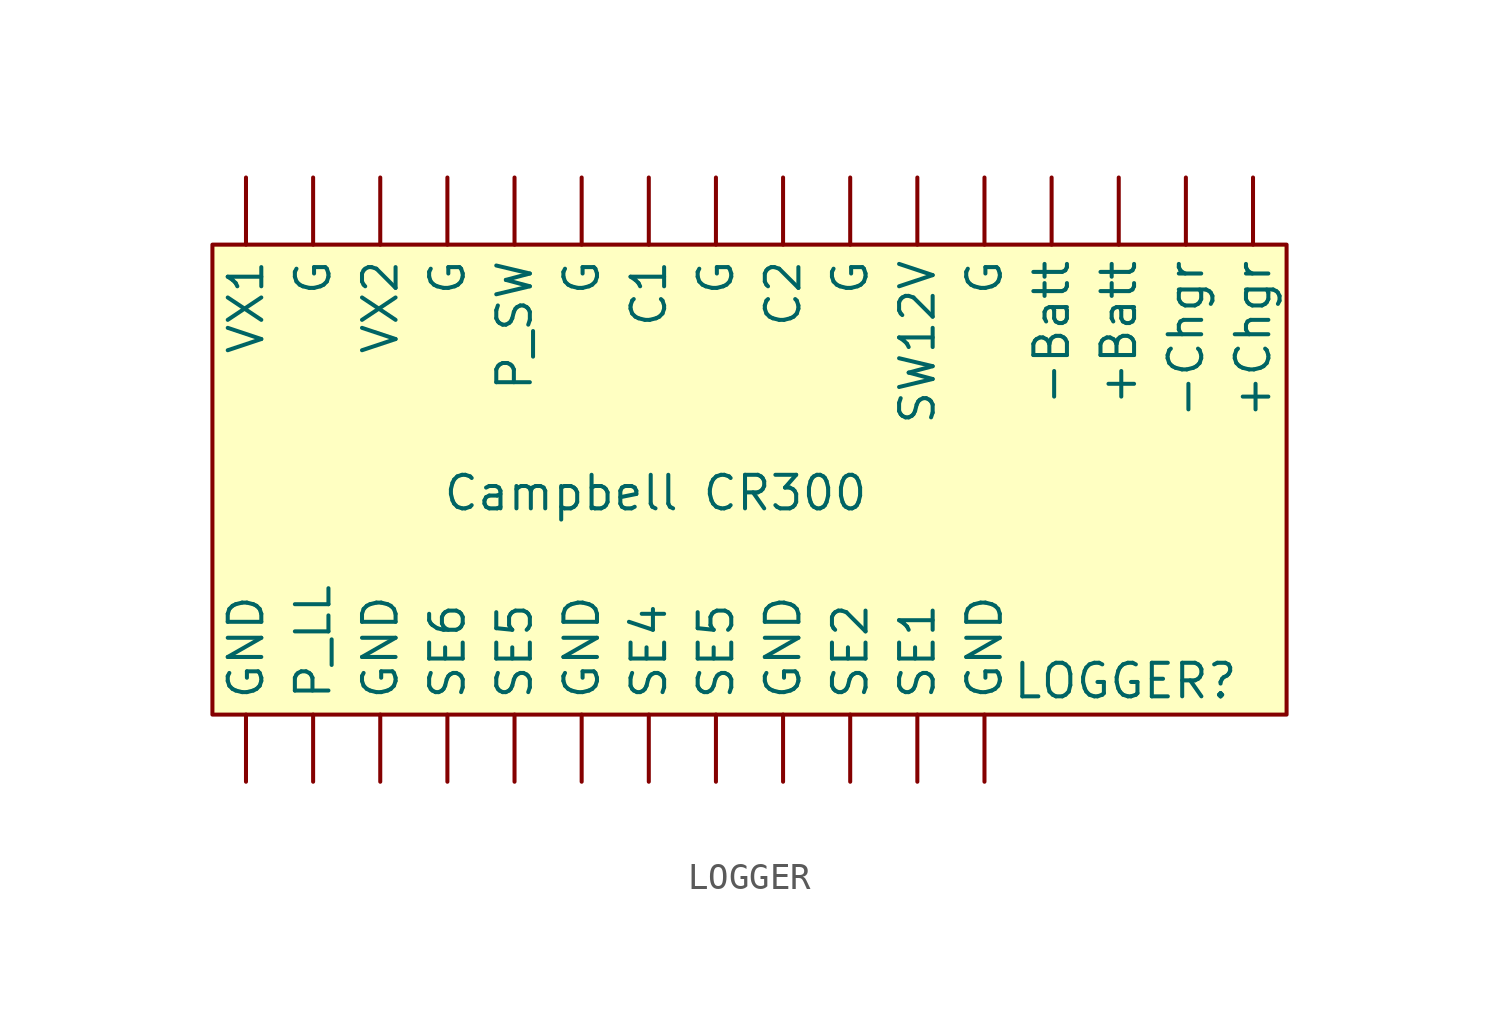
<source format=kicad_sym>
(kicad_symbol_lib
  (version 20231120)
  (generator "kicad_symbol_editor")
  (generator_version "8.0")
  (symbol "LOGGER"
    (property "Reference" "LOGGER"
      (at 34.544 -7.62 0)
      (effects (font (size 1.27 1.27))))
    (property "Value" "Campbell CR300"
      (at 16.764 -0.508 0)
      (effects (font (size 1.27 1.27))))
    (symbol "LOGGER_1_1"
      (rectangle (start 0 8.89) (end 40.64 -8.89) (stroke (width 0) (type default)) (fill (type background)))
      (pin power_in line (at 34.29 11.43 270) (length 2.54) (name "+Batt" (effects (font (size 1.27 1.27)))) (number "" (effects (font (size 1.27 1.27)))))
      (pin power_in line (at 39.37 11.43 270) (length 2.54) (name "+Chgr" (effects (font (size 1.27 1.27)))) (number "" (effects (font (size 1.27 1.27)))))
      (pin power_in line (at 31.75 11.43 270) (length 2.54) (name "-Batt" (effects (font (size 1.27 1.27)))) (number "" (effects (font (size 1.27 1.27)))))
      (pin power_in line (at 36.83 11.43 270) (length 2.54) (name "-Chgr" (effects (font (size 1.27 1.27)))) (number "" (effects (font (size 1.27 1.27)))))
      (pin bidirectional line (at 16.51 11.43 270) (length 2.54) (name "C1" (effects (font (size 1.27 1.27)))) (number "" (effects (font (size 1.27 1.27)))))
      (pin bidirectional line (at 21.59 11.43 270) (length 2.54) (name "C2" (effects (font (size 1.27 1.27)))) (number "" (effects (font (size 1.27 1.27)))))
      (pin power_out line (at 3.81 11.43 270) (length 2.54) (name "G" (effects (font (size 1.27 1.27)))) (number "" (effects (font (size 1.27 1.27)))))
      (pin power_out line (at 8.89 11.43 270) (length 2.54) (name "G" (effects (font (size 1.27 1.27)))) (number "" (effects (font (size 1.27 1.27)))))
      (pin power_in line (at 13.97 11.43 270) (length 2.54) (name "G" (effects (font (size 1.27 1.27)))) (number "" (effects (font (size 1.27 1.27)))))
      (pin power_out line (at 19.05 11.43 270) (length 2.54) (name "G" (effects (font (size 1.27 1.27)))) (number "" (effects (font (size 1.27 1.27)))))
      (pin power_out line (at 24.13 11.43 270) (length 2.54) (name "G" (effects (font (size 1.27 1.27)))) (number "" (effects (font (size 1.27 1.27)))))
      (pin power_out line (at 29.21 11.43 270) (length 2.54) (name "G" (effects (font (size 1.27 1.27)))) (number "" (effects (font (size 1.27 1.27)))))
      (pin input line (at 1.27 -11.43 90) (length 2.54) (name "GND" (effects (font (size 1.27 1.27)))) (number "" (effects (font (size 1.27 1.27)))))
      (pin input line (at 6.35 -11.43 90) (length 2.54) (name "GND" (effects (font (size 1.27 1.27)))) (number "" (effects (font (size 1.27 1.27)))))
      (pin input line (at 13.97 -11.43 90) (length 2.54) (name "GND" (effects (font (size 1.27 1.27)))) (number "" (effects (font (size 1.27 1.27)))))
      (pin input line (at 21.59 -11.43 90) (length 2.54) (name "GND" (effects (font (size 1.27 1.27)))) (number "" (effects (font (size 1.27 1.27)))))
      (pin input line (at 29.21 -11.43 90) (length 2.54) (name "GND" (effects (font (size 1.27 1.27)))) (number "" (effects (font (size 1.27 1.27)))))
      (pin input line (at 3.81 -11.43 90) (length 2.54) (name "P_LL" (effects (font (size 1.27 1.27)))) (number "" (effects (font (size 1.27 1.27)))))
      (pin power_out line (at 11.43 11.43 270) (length 2.54) (name "P_SW" (effects (font (size 1.27 1.27)))) (number "" (effects (font (size 1.27 1.27)))))
      (pin input line (at 26.67 -11.43 90) (length 2.54) (name "SE1" (effects (font (size 1.27 1.27)))) (number "" (effects (font (size 1.27 1.27)))))
      (pin input line (at 24.13 -11.43 90) (length 2.54) (name "SE2" (effects (font (size 1.27 1.27)))) (number "" (effects (font (size 1.27 1.27)))))
      (pin input line (at 16.51 -11.43 90) (length 2.54) (name "SE4" (effects (font (size 1.27 1.27)))) (number "" (effects (font (size 1.27 1.27)))))
      (pin input line (at 11.43 -11.43 90) (length 2.54) (name "SE5" (effects (font (size 1.27 1.27)))) (number "" (effects (font (size 1.27 1.27)))))
      (pin input line (at 19.05 -11.43 90) (length 2.54) (name "SE5" (effects (font (size 1.27 1.27)))) (number "" (effects (font (size 1.27 1.27)))))
      (pin input line (at 8.89 -11.43 90) (length 2.54) (name "SE6" (effects (font (size 1.27 1.27)))) (number "" (effects (font (size 1.27 1.27)))))
      (pin power_out line (at 26.67 11.43 270) (length 2.54) (name "SW12V" (effects (font (size 1.27 1.27)))) (number "" (effects (font (size 1.27 1.27)))))
      (pin power_out line (at 1.27 11.43 270) (length 2.54) (name "VX1" (effects (font (size 1.27 1.27)))) (number "" (effects (font (size 1.27 1.27)))))
      (pin power_out line (at 6.35 11.43 270) (length 2.54) (name "VX2" (effects (font (size 1.27 1.27)))) (number "" (effects (font (size 1.27 1.27))))))))
</source>
